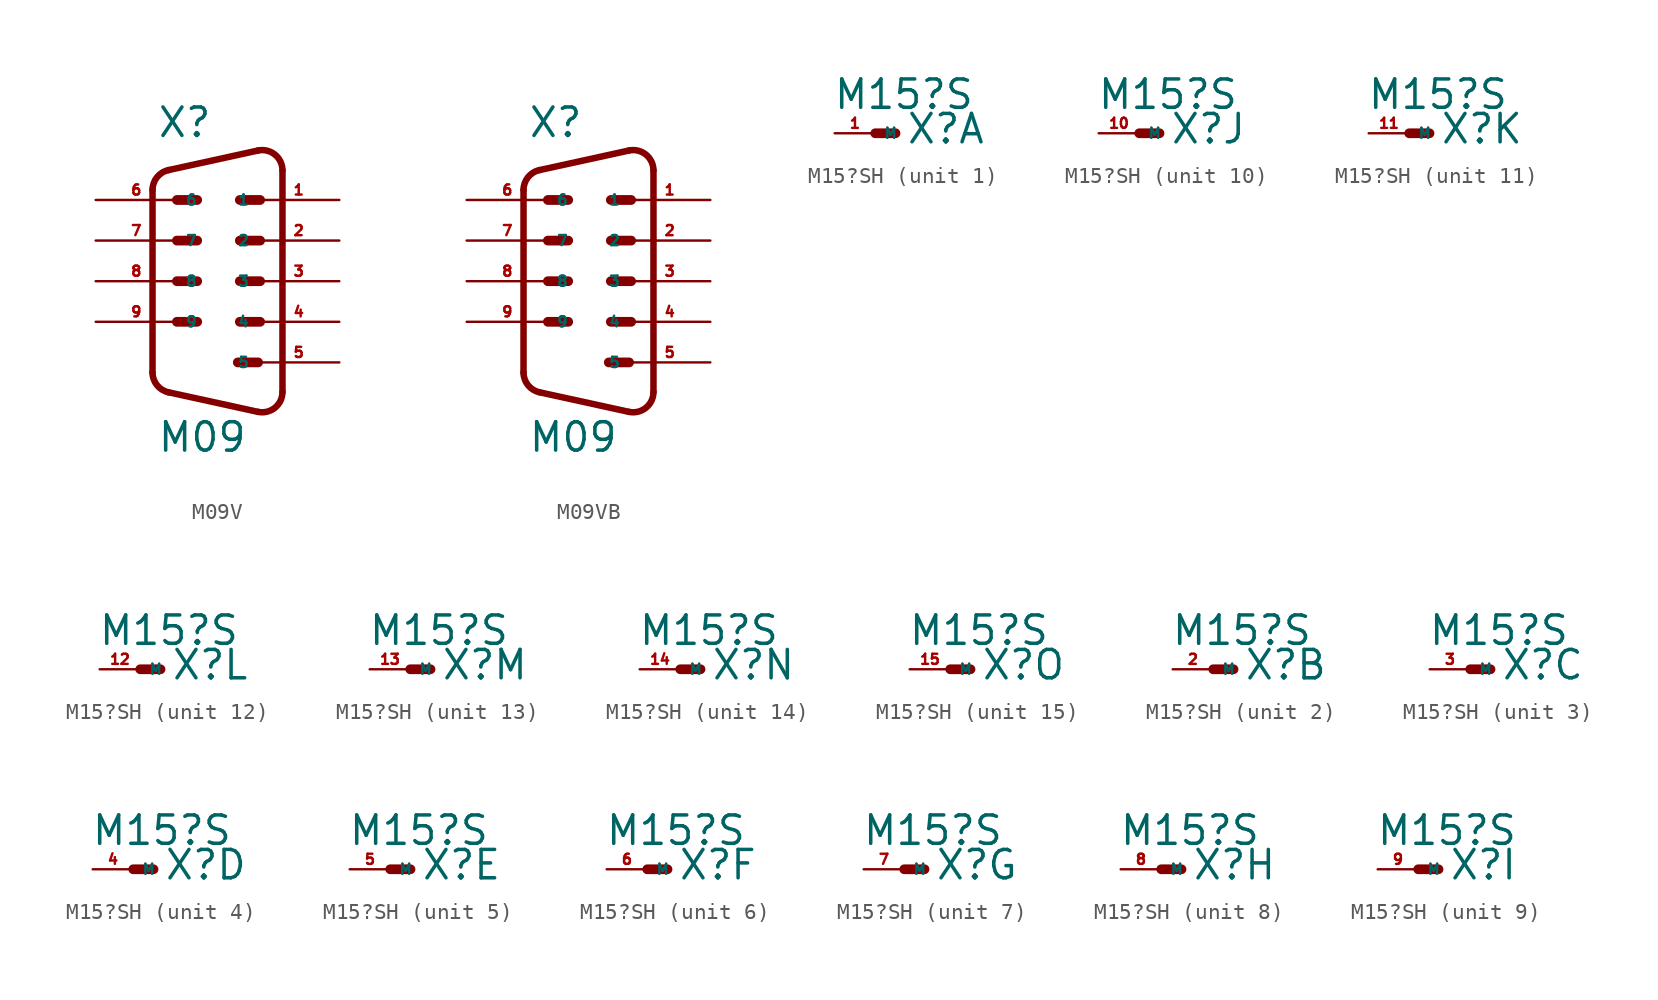
<source format=kicad_sym>
(kicad_symbol_lib
  (version 20220914)
  (generator Eagle2Kicad)
  (symbol "M09V"
    (property "Reference" "X"
      (at -3.81 8.89 0)
      (effects (font (size 1.778 1.778) (thickness 0.22)) (justify left bottom)))
    (property "Value" "M09"
      (at -3.81 -10.795 0)
      (effects (font (size 1.778 1.778) (thickness 0.22)) (justify left bottom)))
    (polyline
      (pts (xy -2.54 5.08) (xy -1.27 5.08))
      (stroke (width 0.61) (type default))
      (fill (type none)))
    (polyline
      (pts (xy -2.54 2.54) (xy -1.27 2.54))
      (stroke (width 0.61) (type default))
      (fill (type none)))
    (polyline
      (pts (xy 1.397 5.08) (xy 2.667 5.08))
      (stroke (width 0.61) (type default))
      (fill (type none)))
    (polyline
      (pts (xy 1.397 2.54) (xy 2.667 2.54))
      (stroke (width 0.61) (type default))
      (fill (type none)))
    (polyline
      (pts (xy -2.54 0) (xy -1.27 0))
      (stroke (width 0.61) (type default))
      (fill (type none)))
    (polyline
      (pts (xy -2.54 -2.54) (xy -1.27 -2.54))
      (stroke (width 0.61) (type default))
      (fill (type none)))
    (polyline
      (pts (xy 1.397 0) (xy 2.667 0))
      (stroke (width 0.61) (type default))
      (fill (type none)))
    (polyline
      (pts (xy 1.397 -2.54) (xy 2.667 -2.54))
      (stroke (width 0.61) (type default))
      (fill (type none)))
    (polyline
      (pts (xy 1.27 -5.08) (xy 2.54 -5.08))
      (stroke (width 0.61) (type default))
      (fill (type none)))
    (arc
      (start 2.5226 -8.1718)
      (mid 3.590 -7.920)
      (end 4.0637 -6.9312)
      (stroke (width 0.4064) (type default))
      (fill (type none)))
    (polyline
      (pts (xy 2.523 -8.172) (xy -3.065 -6.949))
      (stroke (width 0.406) (type default))
      (fill (type none)))
    (arc
      (start -4.064 -5.7088)
      (mid -3.783 -6.505)
      (end -3.0654 -6.9494)
      (stroke (width 0.4064) (type default))
      (fill (type none)))
    (polyline
      (pts (xy -4.064 5.709) (xy -4.064 -5.709))
      (stroke (width 0.406) (type default))
      (fill (type none)))
    (arc
      (start -3.0654 6.9494)
      (mid -3.783 6.505)
      (end -4.064 5.7088)
      (stroke (width 0.4064) (type default))
      (fill (type none)))
    (polyline
      (pts (xy 4.064 6.931) (xy 4.064 -6.931))
      (stroke (width 0.406) (type default))
      (fill (type none)))
    (polyline
      (pts (xy 2.523 8.172) (xy -3.065 6.949))
      (stroke (width 0.406) (type default))
      (fill (type none)))
    (arc
      (start 4.064 6.9312)
      (mid 3.590 7.921)
      (end 2.5226 8.1719)
      (stroke (width 0.4064) (type default))
      (fill (type none)))
    (pin passive line
      (at 7.62 5.08 180)
      (length 5.08)
      (name "1" (effects (font (size 0.635 0.635) (thickness 0.08)) (justify left bottom)))
      (number "1" (effects (font (size 0.635 0.635) (thickness 0.08)) (justify left bottom))))
    (pin passive line
      (at -7.62 5.08 0)
      (length 5.08)
      (name "6" (effects (font (size 0.635 0.635) (thickness 0.08)) (justify left bottom)))
      (number "6" (effects (font (size 0.635 0.635) (thickness 0.08)) (justify left bottom))))
    (pin passive line
      (at 7.62 2.54 180)
      (length 5.08)
      (name "2" (effects (font (size 0.635 0.635) (thickness 0.08)) (justify left bottom)))
      (number "2" (effects (font (size 0.635 0.635) (thickness 0.08)) (justify left bottom))))
    (pin passive line
      (at -7.62 2.54 0)
      (length 5.08)
      (name "7" (effects (font (size 0.635 0.635) (thickness 0.08)) (justify left bottom)))
      (number "7" (effects (font (size 0.635 0.635) (thickness 0.08)) (justify left bottom))))
    (pin passive line
      (at 7.62 0 180)
      (length 5.08)
      (name "3" (effects (font (size 0.635 0.635) (thickness 0.08)) (justify left bottom)))
      (number "3" (effects (font (size 0.635 0.635) (thickness 0.08)) (justify left bottom))))
    (pin passive line
      (at -7.62 0 0)
      (length 5.08)
      (name "8" (effects (font (size 0.635 0.635) (thickness 0.08)) (justify left bottom)))
      (number "8" (effects (font (size 0.635 0.635) (thickness 0.08)) (justify left bottom))))
    (pin passive line
      (at 7.62 -2.54 180)
      (length 5.08)
      (name "4" (effects (font (size 0.635 0.635) (thickness 0.08)) (justify left bottom)))
      (number "4" (effects (font (size 0.635 0.635) (thickness 0.08)) (justify left bottom))))
    (pin passive line
      (at -7.62 -2.54 0)
      (length 5.08)
      (name "9" (effects (font (size 0.635 0.635) (thickness 0.08)) (justify left bottom)))
      (number "9" (effects (font (size 0.635 0.635) (thickness 0.08)) (justify left bottom))))
    (pin passive line
      (at 7.62 -5.08 180)
      (length 5.08)
      (name "5" (effects (font (size 0.635 0.635) (thickness 0.08)) (justify left bottom)))
      (number "5" (effects (font (size 0.635 0.635) (thickness 0.08)) (justify left bottom)))))
  (symbol "M09VB"
    (property "Reference" "X"
      (at -3.81 8.89 0)
      (effects (font (size 1.778 1.778) (thickness 0.22)) (justify left bottom)))
    (property "Value" "M09"
      (at -3.81 -10.795 0)
      (effects (font (size 1.778 1.778) (thickness 0.22)) (justify left bottom)))
    (polyline
      (pts (xy -2.54 5.08) (xy -1.27 5.08))
      (stroke (width 0.61) (type default))
      (fill (type none)))
    (polyline
      (pts (xy -2.54 2.54) (xy -1.27 2.54))
      (stroke (width 0.61) (type default))
      (fill (type none)))
    (polyline
      (pts (xy 1.397 5.08) (xy 2.667 5.08))
      (stroke (width 0.61) (type default))
      (fill (type none)))
    (polyline
      (pts (xy 1.397 2.54) (xy 2.667 2.54))
      (stroke (width 0.61) (type default))
      (fill (type none)))
    (polyline
      (pts (xy -2.54 0) (xy -1.27 0))
      (stroke (width 0.61) (type default))
      (fill (type none)))
    (polyline
      (pts (xy -2.54 -2.54) (xy -1.27 -2.54))
      (stroke (width 0.61) (type default))
      (fill (type none)))
    (polyline
      (pts (xy 1.397 0) (xy 2.667 0))
      (stroke (width 0.61) (type default))
      (fill (type none)))
    (polyline
      (pts (xy 1.397 -2.54) (xy 2.667 -2.54))
      (stroke (width 0.61) (type default))
      (fill (type none)))
    (polyline
      (pts (xy 1.27 -5.08) (xy 2.54 -5.08))
      (stroke (width 0.61) (type default))
      (fill (type none)))
    (arc
      (start 2.5226 -8.1718)
      (mid 3.590 -7.920)
      (end 4.0637 -6.9312)
      (stroke (width 0.4064) (type default))
      (fill (type none)))
    (polyline
      (pts (xy 2.523 -8.172) (xy -3.065 -6.949))
      (stroke (width 0.406) (type default))
      (fill (type none)))
    (arc
      (start -4.064 -5.7088)
      (mid -3.783 -6.505)
      (end -3.0654 -6.9494)
      (stroke (width 0.4064) (type default))
      (fill (type none)))
    (polyline
      (pts (xy -4.064 5.709) (xy -4.064 -5.709))
      (stroke (width 0.406) (type default))
      (fill (type none)))
    (arc
      (start -3.0654 6.9494)
      (mid -3.783 6.505)
      (end -4.064 5.7088)
      (stroke (width 0.4064) (type default))
      (fill (type none)))
    (polyline
      (pts (xy 4.064 6.931) (xy 4.064 -6.931))
      (stroke (width 0.406) (type default))
      (fill (type none)))
    (polyline
      (pts (xy 2.523 8.172) (xy -3.065 6.949))
      (stroke (width 0.406) (type default))
      (fill (type none)))
    (arc
      (start 4.064 6.9312)
      (mid 3.590 7.921)
      (end 2.5226 8.1719)
      (stroke (width 0.4064) (type default))
      (fill (type none)))
    (pin passive line
      (at 7.62 5.08 180)
      (length 5.08)
      (name "1" (effects (font (size 0.635 0.635) (thickness 0.08)) (justify left bottom)))
      (number "1" (effects (font (size 0.635 0.635) (thickness 0.08)) (justify left bottom))))
    (pin passive line
      (at -7.62 5.08 0)
      (length 5.08)
      (name "6" (effects (font (size 0.635 0.635) (thickness 0.08)) (justify left bottom)))
      (number "6" (effects (font (size 0.635 0.635) (thickness 0.08)) (justify left bottom))))
    (pin passive line
      (at 7.62 2.54 180)
      (length 5.08)
      (name "2" (effects (font (size 0.635 0.635) (thickness 0.08)) (justify left bottom)))
      (number "2" (effects (font (size 0.635 0.635) (thickness 0.08)) (justify left bottom))))
    (pin passive line
      (at -7.62 2.54 0)
      (length 5.08)
      (name "7" (effects (font (size 0.635 0.635) (thickness 0.08)) (justify left bottom)))
      (number "7" (effects (font (size 0.635 0.635) (thickness 0.08)) (justify left bottom))))
    (pin passive line
      (at 7.62 0 180)
      (length 5.08)
      (name "3" (effects (font (size 0.635 0.635) (thickness 0.08)) (justify left bottom)))
      (number "3" (effects (font (size 0.635 0.635) (thickness 0.08)) (justify left bottom))))
    (pin passive line
      (at -7.62 0 0)
      (length 5.08)
      (name "8" (effects (font (size 0.635 0.635) (thickness 0.08)) (justify left bottom)))
      (number "8" (effects (font (size 0.635 0.635) (thickness 0.08)) (justify left bottom))))
    (pin passive line
      (at 7.62 -2.54 180)
      (length 5.08)
      (name "4" (effects (font (size 0.635 0.635) (thickness 0.08)) (justify left bottom)))
      (number "4" (effects (font (size 0.635 0.635) (thickness 0.08)) (justify left bottom))))
    (pin passive line
      (at -7.62 -2.54 0)
      (length 5.08)
      (name "9" (effects (font (size 0.635 0.635) (thickness 0.08)) (justify left bottom)))
      (number "9" (effects (font (size 0.635 0.635) (thickness 0.08)) (justify left bottom))))
    (pin passive line
      (at 7.62 -5.08 180)
      (length 5.08)
      (name "5" (effects (font (size 0.635 0.635) (thickness 0.08)) (justify left bottom)))
      (number "5" (effects (font (size 0.635 0.635) (thickness 0.08)) (justify left bottom)))))
  (symbol "M15?SH"
    (property "Reference" "X"
      (at 1.905 -0.762 0)
      (effects (font (size 1.778 1.778) (thickness 0.22)) (justify left bottom)))
    (property "Value" "M15?S"
      (at -2.667 1.397 0)
      (effects (font (size 1.778 1.778) (thickness 0.22)) (justify left bottom)))
    (symbol "M15?SH_1_0"
      (polyline (pts (xy 0 0) (xy 1.27 0)) (stroke (width 0.61) (type default)) (fill (type none)))
      (pin passive line (at -2.54 0 0) (length 2.54) (name "M" (effects (font (size 0.635 0.635) (thickness 0.08)) (justify left bottom))) (number "1" (effects (font (size 0.635 0.635) (thickness 0.08)) (justify left bottom)))))
    (symbol "M15?SH_2_0"
      (polyline (pts (xy 0 0) (xy 1.27 0)) (stroke (width 0.61) (type default)) (fill (type none)))
      (pin passive line (at -2.54 0 0) (length 2.54) (name "M" (effects (font (size 0.635 0.635) (thickness 0.08)) (justify left bottom))) (number "2" (effects (font (size 0.635 0.635) (thickness 0.08)) (justify left bottom)))))
    (symbol "M15?SH_3_0"
      (polyline (pts (xy 0 0) (xy 1.27 0)) (stroke (width 0.61) (type default)) (fill (type none)))
      (pin passive line (at -2.54 0 0) (length 2.54) (name "M" (effects (font (size 0.635 0.635) (thickness 0.08)) (justify left bottom))) (number "3" (effects (font (size 0.635 0.635) (thickness 0.08)) (justify left bottom)))))
    (symbol "M15?SH_4_0"
      (polyline (pts (xy 0 0) (xy 1.27 0)) (stroke (width 0.61) (type default)) (fill (type none)))
      (pin passive line (at -2.54 0 0) (length 2.54) (name "M" (effects (font (size 0.635 0.635) (thickness 0.08)) (justify left bottom))) (number "4" (effects (font (size 0.635 0.635) (thickness 0.08)) (justify left bottom)))))
    (symbol "M15?SH_5_0"
      (polyline (pts (xy 0 0) (xy 1.27 0)) (stroke (width 0.61) (type default)) (fill (type none)))
      (pin passive line (at -2.54 0 0) (length 2.54) (name "M" (effects (font (size 0.635 0.635) (thickness 0.08)) (justify left bottom))) (number "5" (effects (font (size 0.635 0.635) (thickness 0.08)) (justify left bottom)))))
    (symbol "M15?SH_6_0"
      (polyline (pts (xy 0 0) (xy 1.27 0)) (stroke (width 0.61) (type default)) (fill (type none)))
      (pin passive line (at -2.54 0 0) (length 2.54) (name "M" (effects (font (size 0.635 0.635) (thickness 0.08)) (justify left bottom))) (number "6" (effects (font (size 0.635 0.635) (thickness 0.08)) (justify left bottom)))))
    (symbol "M15?SH_7_0"
      (polyline (pts (xy 0 0) (xy 1.27 0)) (stroke (width 0.61) (type default)) (fill (type none)))
      (pin passive line (at -2.54 0 0) (length 2.54) (name "M" (effects (font (size 0.635 0.635) (thickness 0.08)) (justify left bottom))) (number "7" (effects (font (size 0.635 0.635) (thickness 0.08)) (justify left bottom)))))
    (symbol "M15?SH_8_0"
      (polyline (pts (xy 0 0) (xy 1.27 0)) (stroke (width 0.61) (type default)) (fill (type none)))
      (pin passive line (at -2.54 0 0) (length 2.54) (name "M" (effects (font (size 0.635 0.635) (thickness 0.08)) (justify left bottom))) (number "8" (effects (font (size 0.635 0.635) (thickness 0.08)) (justify left bottom)))))
    (symbol "M15?SH_9_0"
      (polyline (pts (xy 0 0) (xy 1.27 0)) (stroke (width 0.61) (type default)) (fill (type none)))
      (pin passive line (at -2.54 0 0) (length 2.54) (name "M" (effects (font (size 0.635 0.635) (thickness 0.08)) (justify left bottom))) (number "9" (effects (font (size 0.635 0.635) (thickness 0.08)) (justify left bottom)))))
    (symbol "M15?SH_10_0"
      (polyline (pts (xy 0 0) (xy 1.27 0)) (stroke (width 0.61) (type default)) (fill (type none)))
      (pin passive line (at -2.54 0 0) (length 2.54) (name "M" (effects (font (size 0.635 0.635) (thickness 0.08)) (justify left bottom))) (number "10" (effects (font (size 0.635 0.635) (thickness 0.08)) (justify left bottom)))))
    (symbol "M15?SH_11_0"
      (polyline (pts (xy 0 0) (xy 1.27 0)) (stroke (width 0.61) (type default)) (fill (type none)))
      (pin passive line (at -2.54 0 0) (length 2.54) (name "M" (effects (font (size 0.635 0.635) (thickness 0.08)) (justify left bottom))) (number "11" (effects (font (size 0.635 0.635) (thickness 0.08)) (justify left bottom)))))
    (symbol "M15?SH_12_0"
      (polyline (pts (xy 0 0) (xy 1.27 0)) (stroke (width 0.61) (type default)) (fill (type none)))
      (pin passive line (at -2.54 0 0) (length 2.54) (name "M" (effects (font (size 0.635 0.635) (thickness 0.08)) (justify left bottom))) (number "12" (effects (font (size 0.635 0.635) (thickness 0.08)) (justify left bottom)))))
    (symbol "M15?SH_13_0"
      (polyline (pts (xy 0 0) (xy 1.27 0)) (stroke (width 0.61) (type default)) (fill (type none)))
      (pin passive line (at -2.54 0 0) (length 2.54) (name "M" (effects (font (size 0.635 0.635) (thickness 0.08)) (justify left bottom))) (number "13" (effects (font (size 0.635 0.635) (thickness 0.08)) (justify left bottom)))))
    (symbol "M15?SH_14_0"
      (polyline (pts (xy 0 0) (xy 1.27 0)) (stroke (width 0.61) (type default)) (fill (type none)))
      (pin passive line (at -2.54 0 0) (length 2.54) (name "M" (effects (font (size 0.635 0.635) (thickness 0.08)) (justify left bottom))) (number "14" (effects (font (size 0.635 0.635) (thickness 0.08)) (justify left bottom)))))
    (symbol "M15?SH_15_0"
      (polyline (pts (xy 0 0) (xy 1.27 0)) (stroke (width 0.61) (type default)) (fill (type none)))
      (pin passive line (at -2.54 0 0) (length 2.54) (name "M" (effects (font (size 0.635 0.635) (thickness 0.08)) (justify left bottom))) (number "15" (effects (font (size 0.635 0.635) (thickness 0.08)) (justify left bottom)))))))
</source>
